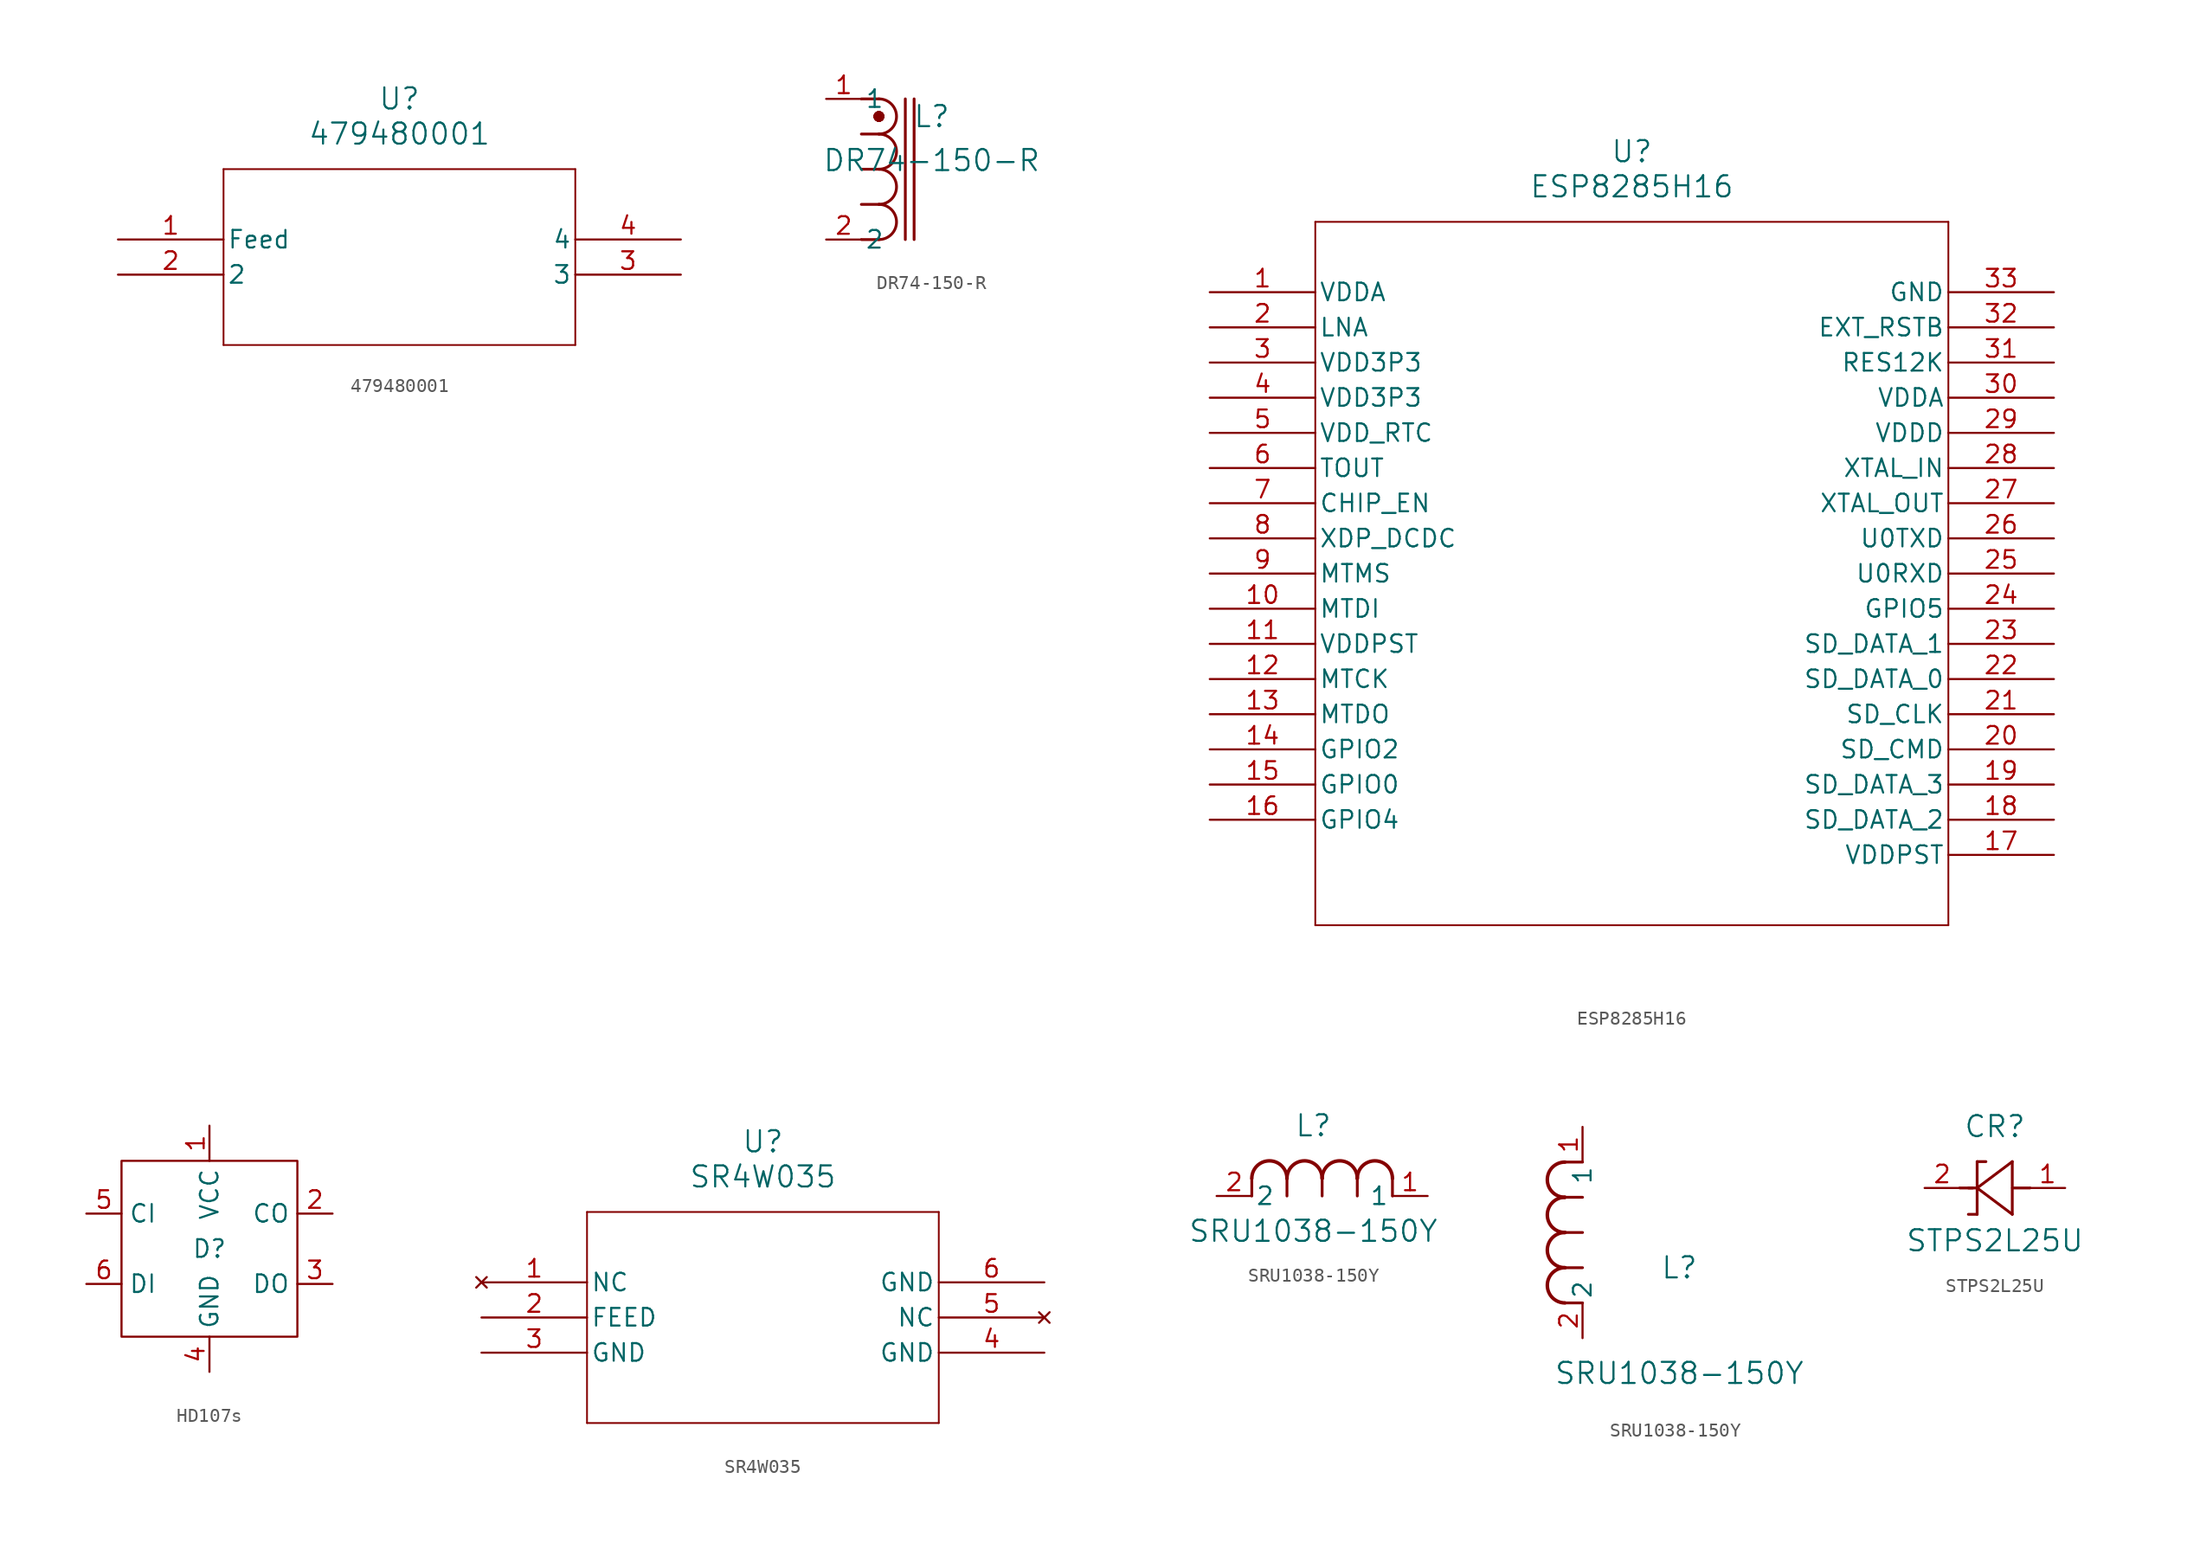
<source format=kicad_sym>
(kicad_symbol_lib
  (version 20231120)
  (generator "kicad_symbol_editor")
  (generator_version "8.0")
  (symbol "479480001"
    (pin_names
      (offset 0.254))
    (property "Reference" "U"
      (at 20.32 10.16 0)
      (effects (font (size 1.524 1.524))))
    (property "Value" "479480001"
      (at 20.32 7.62 0)
      (effects (font (size 1.524 1.524))))
    (property "ki_locked" ""
      (at 0 0 0)
      (effects (font (size 1.27 1.27))))
    (symbol "479480001_0_1"
      (polyline (pts (xy 7.62 -7.62) (xy 33.02 -7.62)) (stroke (width 0.127) (type default)) (fill (type none)))
      (polyline (pts (xy 7.62 5.08) (xy 7.62 -7.62)) (stroke (width 0.127) (type default)) (fill (type none)))
      (polyline (pts (xy 33.02 -7.62) (xy 33.02 5.08)) (stroke (width 0.127) (type default)) (fill (type none)))
      (polyline (pts (xy 33.02 5.08) (xy 7.62 5.08)) (stroke (width 0.127) (type default)) (fill (type none)))
      (pin unspecified line (at 0 -2.54 0) (length 7.62) (name "2" (effects (font (size 1.27 1.27)))) (number "2" (effects (font (size 1.27 1.27)))))
      (pin unspecified line (at 40.64 -2.54 180) (length 7.62) (name "3" (effects (font (size 1.27 1.27)))) (number "3" (effects (font (size 1.27 1.27)))))
      (pin unspecified line (at 40.64 0 180) (length 7.62) (name "4" (effects (font (size 1.27 1.27)))) (number "4" (effects (font (size 1.27 1.27))))))
    (symbol "479480001_1_1"
      (pin unspecified line (at 0 0 0) (length 7.62) (name "Feed" (effects (font (size 1.27 1.27)))) (number "1" (effects (font (size 1.27 1.27)))))))
  (symbol "DR74-150-R"
    (pin_names
      (offset 0.254))
    (property "Reference" "L"
      (at 7.62 -1.27 0)
      (effects (font (size 1.524 1.524))))
    (property "Value" "DR74-150-R"
      (at 7.62 -4.445 0)
      (effects (font (size 1.524 1.524))))
    (property "ki_locked" ""
      (at 0 0 0)
      (effects (font (size 1.27 1.27))))
    (symbol "DR74-150-R_1_1"
      (polyline (pts (xy 2.54 -10.16) (xy 3.81 -10.16)) (stroke (width 0.203) (type default)) (fill (type none)))
      (polyline (pts (xy 2.54 -7.62) (xy 3.81 -7.62)) (stroke (width 0.203) (type default)) (fill (type none)))
      (polyline (pts (xy 2.54 -5.08) (xy 3.81 -5.08)) (stroke (width 0.203) (type default)) (fill (type none)))
      (polyline (pts (xy 2.54 -2.54) (xy 3.81 -2.54)) (stroke (width 0.203) (type default)) (fill (type none)))
      (polyline (pts (xy 2.54 0) (xy 3.81 0)) (stroke (width 0.203) (type default)) (fill (type none)))
      (polyline (pts (xy 3.683 -1.27) (xy 3.81 -1.27)) (stroke (width 0.508) (type default)) (fill (type none)))
      (polyline (pts (xy 5.715 0) (xy 5.715 -10.16)) (stroke (width 0.203) (type default)) (fill (type none)))
      (polyline (pts (xy 6.35 0) (xy 6.35 -10.16)) (stroke (width 0.203) (type default)) (fill (type none)))
      (arc (start 3.81 -10.16) (mid 5.0744 -8.89) (end 3.81 -7.62) (stroke (width 0.2032) (type default)) (fill (type none)))
      (arc (start 3.81 -7.62) (mid 5.0744 -6.35) (end 3.81 -5.08) (stroke (width 0.2032) (type default)) (fill (type none)))
      (arc (start 3.81 -5.08) (mid 5.0744 -3.81) (end 3.81 -2.54) (stroke (width 0.2032) (type default)) (fill (type none)))
      (arc (start 3.81 -2.54) (mid 5.0744 -1.27) (end 3.81 0) (stroke (width 0.2032) (type default)) (fill (type none)))
      (arc (start 3.81 -1.524) (mid 4.0628 -1.27) (end 3.81 -1.016) (stroke (width 0.254) (type default)) (fill (type none)))
      (arc (start 3.81 -1.524) (mid 4.0628 -1.27) (end 3.81 -1.016) (stroke (width 0.254) (type default)) (fill (type none)))
      (arc (start 3.81 -1.524) (mid 4.0628 -1.27) (end 3.81 -1.016) (stroke (width 0.254) (type default)) (fill (type none)))
      (arc (start 3.81 -1.524) (mid 4.0628 -1.27) (end 3.81 -1.016) (stroke (width 0.254) (type default)) (fill (type none)))
      (arc (start 3.81 -1.524) (mid 4.0628 -1.27) (end 3.81 -1.016) (stroke (width 0.254) (type default)) (fill (type none)))
      (arc (start 3.81 -1.524) (mid 4.0628 -1.27) (end 3.81 -1.016) (stroke (width 0.254) (type default)) (fill (type none)))
      (arc (start 3.81 -1.524) (mid 4.0628 -1.27) (end 3.81 -1.016) (stroke (width 0.254) (type default)) (fill (type none)))
      (arc (start 3.81 -1.016) (mid 3.5571 -1.27) (end 3.81 -1.524) (stroke (width 0.254) (type default)) (fill (type none)))
      (arc (start 3.81 -1.016) (mid 3.5571 -1.27) (end 3.81 -1.524) (stroke (width 0.254) (type default)) (fill (type none)))
      (arc (start 3.81 -1.016) (mid 3.5571 -1.27) (end 3.81 -1.524) (stroke (width 0.254) (type default)) (fill (type none)))
      (arc (start 3.81 -1.016) (mid 3.5571 -1.27) (end 3.81 -1.524) (stroke (width 0.254) (type default)) (fill (type none)))
      (arc (start 3.81 -1.016) (mid 3.5571 -1.27) (end 3.81 -1.524) (stroke (width 0.254) (type default)) (fill (type none)))
      (arc (start 3.81 -1.016) (mid 3.5571 -1.27) (end 3.81 -1.524) (stroke (width 0.254) (type default)) (fill (type none)))
      (arc (start 3.81 -1.016) (mid 3.5571 -1.27) (end 3.81 -1.524) (stroke (width 0.254) (type default)) (fill (type none)))
      (pin unspecified line (at 0 0 0) (length 2.54) (name "1" (effects (font (size 1.27 1.27)))) (number "1" (effects (font (size 1.27 1.27)))))
      (pin unspecified line (at 0 -10.16 0) (length 2.54) (name "2" (effects (font (size 1.27 1.27)))) (number "2" (effects (font (size 1.27 1.27)))))))
  (symbol "ESP8285H16"
    (pin_names
      (offset 0.254))
    (property "Reference" "U"
      (at 30.48 10.16 0)
      (effects (font (size 1.524 1.524))))
    (property "Value" "ESP8285H16"
      (at 30.48 7.62 0)
      (effects (font (size 1.524 1.524))))
    (property "ki_locked" ""
      (at 0 0 0)
      (effects (font (size 1.27 1.27))))
    (symbol "ESP8285H16_0_1"
      (polyline (pts (xy 7.62 -45.72) (xy 53.34 -45.72)) (stroke (width 0.127) (type default)) (fill (type none)))
      (polyline (pts (xy 7.62 5.08) (xy 7.62 -45.72)) (stroke (width 0.127) (type default)) (fill (type none)))
      (polyline (pts (xy 53.34 -45.72) (xy 53.34 5.08)) (stroke (width 0.127) (type default)) (fill (type none)))
      (polyline (pts (xy 53.34 5.08) (xy 7.62 5.08)) (stroke (width 0.127) (type default)) (fill (type none)))
      (pin power_in line (at 0 0 0) (length 7.62) (name "VDDA" (effects (font (size 1.27 1.27)))) (number "1" (effects (font (size 1.27 1.27)))))
      (pin bidirectional line (at 0 -22.86 0) (length 7.62) (name "MTDI" (effects (font (size 1.27 1.27)))) (number "10" (effects (font (size 1.27 1.27)))))
      (pin power_in line (at 0 -25.4 0) (length 7.62) (name "VDDPST" (effects (font (size 1.27 1.27)))) (number "11" (effects (font (size 1.27 1.27)))))
      (pin bidirectional line (at 0 -27.94 0) (length 7.62) (name "MTCK" (effects (font (size 1.27 1.27)))) (number "12" (effects (font (size 1.27 1.27)))))
      (pin bidirectional line (at 0 -30.48 0) (length 7.62) (name "MTDO" (effects (font (size 1.27 1.27)))) (number "13" (effects (font (size 1.27 1.27)))))
      (pin bidirectional line (at 0 -33.02 0) (length 7.62) (name "GPIO2" (effects (font (size 1.27 1.27)))) (number "14" (effects (font (size 1.27 1.27)))))
      (pin bidirectional line (at 0 -35.56 0) (length 7.62) (name "GPIO0" (effects (font (size 1.27 1.27)))) (number "15" (effects (font (size 1.27 1.27)))))
      (pin bidirectional line (at 0 -38.1 0) (length 7.62) (name "GPIO4" (effects (font (size 1.27 1.27)))) (number "16" (effects (font (size 1.27 1.27)))))
      (pin power_in line (at 60.96 -40.64 180) (length 7.62) (name "VDDPST" (effects (font (size 1.27 1.27)))) (number "17" (effects (font (size 1.27 1.27)))))
      (pin bidirectional line (at 60.96 -38.1 180) (length 7.62) (name "SD_DATA_2" (effects (font (size 1.27 1.27)))) (number "18" (effects (font (size 1.27 1.27)))))
      (pin bidirectional line (at 60.96 -35.56 180) (length 7.62) (name "SD_DATA_3" (effects (font (size 1.27 1.27)))) (number "19" (effects (font (size 1.27 1.27)))))
      (pin bidirectional line (at 0 -2.54 0) (length 7.62) (name "LNA" (effects (font (size 1.27 1.27)))) (number "2" (effects (font (size 1.27 1.27)))))
      (pin bidirectional line (at 60.96 -33.02 180) (length 7.62) (name "SD_CMD" (effects (font (size 1.27 1.27)))) (number "20" (effects (font (size 1.27 1.27)))))
      (pin bidirectional line (at 60.96 -30.48 180) (length 7.62) (name "SD_CLK" (effects (font (size 1.27 1.27)))) (number "21" (effects (font (size 1.27 1.27)))))
      (pin bidirectional line (at 60.96 -27.94 180) (length 7.62) (name "SD_DATA_0" (effects (font (size 1.27 1.27)))) (number "22" (effects (font (size 1.27 1.27)))))
      (pin bidirectional line (at 60.96 -25.4 180) (length 7.62) (name "SD_DATA_1" (effects (font (size 1.27 1.27)))) (number "23" (effects (font (size 1.27 1.27)))))
      (pin bidirectional line (at 60.96 -22.86 180) (length 7.62) (name "GPIO5" (effects (font (size 1.27 1.27)))) (number "24" (effects (font (size 1.27 1.27)))))
      (pin bidirectional line (at 60.96 -20.32 180) (length 7.62) (name "U0RXD" (effects (font (size 1.27 1.27)))) (number "25" (effects (font (size 1.27 1.27)))))
      (pin bidirectional line (at 60.96 -17.78 180) (length 7.62) (name "U0TXD" (effects (font (size 1.27 1.27)))) (number "26" (effects (font (size 1.27 1.27)))))
      (pin bidirectional line (at 60.96 -15.24 180) (length 7.62) (name "XTAL_OUT" (effects (font (size 1.27 1.27)))) (number "27" (effects (font (size 1.27 1.27)))))
      (pin bidirectional line (at 60.96 -12.7 180) (length 7.62) (name "XTAL_IN" (effects (font (size 1.27 1.27)))) (number "28" (effects (font (size 1.27 1.27)))))
      (pin power_in line (at 60.96 -10.16 180) (length 7.62) (name "VDDD" (effects (font (size 1.27 1.27)))) (number "29" (effects (font (size 1.27 1.27)))))
      (pin power_in line (at 0 -5.08 0) (length 7.62) (name "VDD3P3" (effects (font (size 1.27 1.27)))) (number "3" (effects (font (size 1.27 1.27)))))
      (pin power_in line (at 60.96 -7.62 180) (length 7.62) (name "VDDA" (effects (font (size 1.27 1.27)))) (number "30" (effects (font (size 1.27 1.27)))))
      (pin input line (at 60.96 -5.08 180) (length 7.62) (name "RES12K" (effects (font (size 1.27 1.27)))) (number "31" (effects (font (size 1.27 1.27)))))
      (pin input line (at 60.96 -2.54 180) (length 7.62) (name "EXT_RSTB" (effects (font (size 1.27 1.27)))) (number "32" (effects (font (size 1.27 1.27)))))
      (pin power_out line (at 60.96 0 180) (length 7.62) (name "GND" (effects (font (size 1.27 1.27)))) (number "33" (effects (font (size 1.27 1.27)))))
      (pin power_in line (at 0 -7.62 0) (length 7.62) (name "VDD3P3" (effects (font (size 1.27 1.27)))) (number "4" (effects (font (size 1.27 1.27)))))
      (pin power_in line (at 0 -10.16 0) (length 7.62) (name "VDD_RTC" (effects (font (size 1.27 1.27)))) (number "5" (effects (font (size 1.27 1.27)))))
      (pin input line (at 0 -12.7 0) (length 7.62) (name "TOUT" (effects (font (size 1.27 1.27)))) (number "6" (effects (font (size 1.27 1.27)))))
      (pin input line (at 0 -15.24 0) (length 7.62) (name "CHIP_EN" (effects (font (size 1.27 1.27)))) (number "7" (effects (font (size 1.27 1.27)))))
      (pin bidirectional line (at 0 -17.78 0) (length 7.62) (name "XDP_DCDC" (effects (font (size 1.27 1.27)))) (number "8" (effects (font (size 1.27 1.27)))))
      (pin bidirectional line (at 0 -20.32 0) (length 7.62) (name "MTMS" (effects (font (size 1.27 1.27)))) (number "9" (effects (font (size 1.27 1.27)))))))
  (symbol "HD107s"
    (property "Reference" "D"
      (at 0 0 0)
      (effects (font (size 1.27 1.27))))
    (property "Value" ""
      (at 0 0 0)
      (effects (font (size 1.27 1.27))))
    (symbol "HD107s_0_1"
      (rectangle (start -6.35 6.35) (end 6.35 -6.35) (stroke (width 0) (type default)) (fill (type none))))
    (symbol "HD107s_1_1"
      (pin input line (at 0 8.89 270) (length 2.54) (name "VCC" (effects (font (size 1.27 1.27)))) (number "1" (effects (font (size 1.27 1.27)))))
      (pin input line (at 8.89 2.54 180) (length 2.54) (name "CO" (effects (font (size 1.27 1.27)))) (number "2" (effects (font (size 1.27 1.27)))))
      (pin input line (at 8.89 -2.54 180) (length 2.54) (name "DO" (effects (font (size 1.27 1.27)))) (number "3" (effects (font (size 1.27 1.27)))))
      (pin input line (at 0 -8.89 90) (length 2.54) (name "GND" (effects (font (size 1.27 1.27)))) (number "4" (effects (font (size 1.27 1.27)))))
      (pin input line (at -8.89 2.54 0) (length 2.54) (name "CI" (effects (font (size 1.27 1.27)))) (number "5" (effects (font (size 1.27 1.27)))))
      (pin input line (at -8.89 -2.54 0) (length 2.54) (name "DI" (effects (font (size 1.27 1.27)))) (number "6" (effects (font (size 1.27 1.27)))))))
  (symbol "SR4W035"
    (pin_names
      (offset 0.254))
    (property "Reference" "U"
      (at 20.32 10.16 0)
      (effects (font (size 1.524 1.524))))
    (property "Value" "SR4W035"
      (at 20.32 7.62 0)
      (effects (font (size 1.524 1.524))))
    (property "ki_locked" ""
      (at 0 0 0)
      (effects (font (size 1.27 1.27))))
    (symbol "SR4W035_0_1"
      (polyline (pts (xy 7.62 -10.16) (xy 33.02 -10.16)) (stroke (width 0.127) (type default)) (fill (type none)))
      (polyline (pts (xy 7.62 5.08) (xy 7.62 -10.16)) (stroke (width 0.127) (type default)) (fill (type none)))
      (polyline (pts (xy 33.02 -10.16) (xy 33.02 5.08)) (stroke (width 0.127) (type default)) (fill (type none)))
      (polyline (pts (xy 33.02 5.08) (xy 7.62 5.08)) (stroke (width 0.127) (type default)) (fill (type none)))
      (pin no_connect line (at 0 0 0) (length 7.62) (name "NC" (effects (font (size 1.27 1.27)))) (number "1" (effects (font (size 1.27 1.27)))))
      (pin unspecified line (at 0 -2.54 0) (length 7.62) (name "FEED" (effects (font (size 1.27 1.27)))) (number "2" (effects (font (size 1.27 1.27)))))
      (pin power_out line (at 0 -5.08 0) (length 7.62) (name "GND" (effects (font (size 1.27 1.27)))) (number "3" (effects (font (size 1.27 1.27)))))
      (pin power_out line (at 40.64 -5.08 180) (length 7.62) (name "GND" (effects (font (size 1.27 1.27)))) (number "4" (effects (font (size 1.27 1.27)))))
      (pin no_connect line (at 40.64 -2.54 180) (length 7.62) (name "NC" (effects (font (size 1.27 1.27)))) (number "5" (effects (font (size 1.27 1.27)))))
      (pin power_out line (at 40.64 0 180) (length 7.62) (name "GND" (effects (font (size 1.27 1.27)))) (number "6" (effects (font (size 1.27 1.27)))))))
  (symbol "SRU1038-150Y"
    (pin_names
      (offset 0.254))
    (property "Reference" "L"
      (at 6.985 5.08 0)
      (effects (font (size 1.524 1.524))))
    (property "Value" "SRU1038-150Y"
      (at 6.985 -2.54 0)
      (effects (font (size 1.524 1.524))))
    (property "ki_locked" ""
      (at 0 0 0)
      (effects (font (size 1.27 1.27))))
    (symbol "SRU1038-150Y_1_1"
      (polyline (pts (xy 2.54 0) (xy 2.54 1.27)) (stroke (width 0.203) (type default)) (fill (type none)))
      (polyline (pts (xy 5.08 0) (xy 5.08 1.27)) (stroke (width 0.203) (type default)) (fill (type none)))
      (polyline (pts (xy 7.62 0) (xy 7.62 1.27)) (stroke (width 0.203) (type default)) (fill (type none)))
      (polyline (pts (xy 10.16 0) (xy 10.16 1.27)) (stroke (width 0.203) (type default)) (fill (type none)))
      (polyline (pts (xy 12.7 0) (xy 12.7 1.27)) (stroke (width 0.203) (type default)) (fill (type none)))
      (arc (start 5.08 1.27) (mid 3.81 2.5344) (end 2.54 1.27) (stroke (width 0.254) (type default)) (fill (type none)))
      (arc (start 7.62 1.27) (mid 6.35 2.5344) (end 5.08 1.27) (stroke (width 0.254) (type default)) (fill (type none)))
      (arc (start 10.16 1.27) (mid 8.89 2.5344) (end 7.62 1.27) (stroke (width 0.254) (type default)) (fill (type none)))
      (arc (start 12.7 1.27) (mid 11.43 2.5344) (end 10.16 1.27) (stroke (width 0.254) (type default)) (fill (type none)))
      (pin unspecified line (at 15.24 0 180) (length 2.54) (name "1" (effects (font (size 1.27 1.27)))) (number "1" (effects (font (size 1.27 1.27)))))
      (pin unspecified line (at 0 0 0) (length 2.54) (name "2" (effects (font (size 1.27 1.27)))) (number "2" (effects (font (size 1.27 1.27))))))
    (symbol "SRU1038-150Y_1_2"
      (arc (start -1.27 5.08) (mid -2.5344 3.81) (end -1.27 2.54) (stroke (width 0.254) (type default)) (fill (type none)))
      (arc (start -1.27 7.62) (mid -2.5344 6.35) (end -1.27 5.08) (stroke (width 0.254) (type default)) (fill (type none)))
      (arc (start -1.27 10.16) (mid -2.5344 8.89) (end -1.27 7.62) (stroke (width 0.254) (type default)) (fill (type none)))
      (arc (start -1.27 12.7) (mid -2.5344 11.43) (end -1.27 10.16) (stroke (width 0.254) (type default)) (fill (type none)))
      (polyline (pts (xy 0 2.54) (xy -1.27 2.54)) (stroke (width 0.203) (type default)) (fill (type none)))
      (polyline (pts (xy 0 5.08) (xy -1.27 5.08)) (stroke (width 0.203) (type default)) (fill (type none)))
      (polyline (pts (xy 0 7.62) (xy -1.27 7.62)) (stroke (width 0.203) (type default)) (fill (type none)))
      (polyline (pts (xy 0 10.16) (xy -1.27 10.16)) (stroke (width 0.203) (type default)) (fill (type none)))
      (polyline (pts (xy 0 12.7) (xy -1.27 12.7)) (stroke (width 0.203) (type default)) (fill (type none)))
      (pin unspecified line (at 0 15.24 270) (length 2.54) (name "1" (effects (font (size 1.27 1.27)))) (number "1" (effects (font (size 1.27 1.27)))))
      (pin unspecified line (at 0 0 90) (length 2.54) (name "2" (effects (font (size 1.27 1.27)))) (number "2" (effects (font (size 1.27 1.27)))))))
  (symbol "STPS2L25U"
    (pin_names
      (offset 0.254))
    (property "Reference" "CR"
      (at 5.08 4.445 0)
      (effects (font (size 1.524 1.524))))
    (property "Value" "STPS2L25U"
      (at 5.08 -3.81 0)
      (effects (font (size 1.524 1.524))))
    (property "ki_locked" ""
      (at 0 0 0)
      (effects (font (size 1.27 1.27))))
    (symbol "STPS2L25U_0_1"
      (polyline (pts (xy 2.54 0) (xy 3.48 0)) (stroke (width 0.203) (type default)) (fill (type none)))
      (polyline (pts (xy 3.175 0) (xy 3.81 0)) (stroke (width 0.203) (type default)) (fill (type none)))
      (polyline (pts (xy 3.797 -1.905) (xy 3.162 -1.905)) (stroke (width 0.203) (type default)) (fill (type none)))
      (polyline (pts (xy 3.797 0) (xy 6.337 -1.905)) (stroke (width 0.203) (type default)) (fill (type none)))
      (polyline (pts (xy 3.797 1.905) (xy 3.797 -1.905)) (stroke (width 0.203) (type default)) (fill (type none)))
      (polyline (pts (xy 3.797 1.905) (xy 4.432 1.905)) (stroke (width 0.203) (type default)) (fill (type none)))
      (polyline (pts (xy 6.337 -1.905) (xy 6.337 1.905)) (stroke (width 0.203) (type default)) (fill (type none)))
      (polyline (pts (xy 6.337 1.905) (xy 3.797 0)) (stroke (width 0.203) (type default)) (fill (type none)))
      (polyline (pts (xy 6.35 0) (xy 7.62 0)) (stroke (width 0.203) (type default)) (fill (type none)))
      (pin unspecified line (at 10.16 0 180) (length 2.54) (name "" (effects (font (size 1.27 1.27)))) (number "1" (effects (font (size 1.27 1.27)))))
      (pin unspecified line (at 0 0 0) (length 2.54) (name "" (effects (font (size 1.27 1.27)))) (number "2" (effects (font (size 1.27 1.27))))))))
</source>
